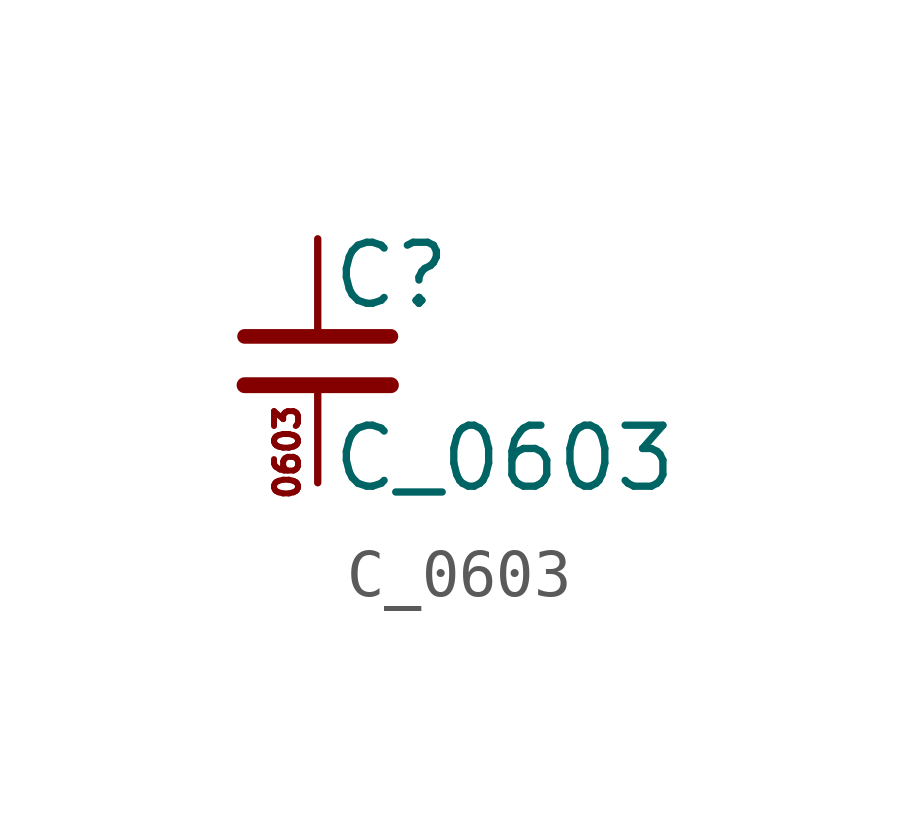
<source format=kicad_sym>
(kicad_symbol_lib
  (version 20220914)
  (generator kicad_symbol_editor)
  (symbol "C_0603"
    (pin_numbers hide)
    (pin_names
      (offset 0.254) hide)
    (property "Reference" "C"
      (at 0.254 1.778 0)
      (effects (font (size 1.27 1.27)) (justify left)))
    (property "Value" "C_0603"
      (at 0.254 -2.032 0)
      (effects (font (size 1.27 1.27)) (justify left)))
    (symbol "C_0603_0_0"
      (text "0603" (at -0.635 -1.905 900) (effects (font (size 0.5 0.5)))))
    (symbol "C_0603_0_1"
      (polyline (pts (xy -1.524 -0.508) (xy 1.524 -0.508)) (stroke (width 0.33) (type default)) (fill (type none)))
      (polyline (pts (xy -1.524 0.508) (xy 1.524 0.508)) (stroke (width 0.305) (type default)) (fill (type none))))
    (symbol "C_0603_1_1"
      (pin passive line (at 0 2.54 270) (length 2.032) (name "1" (effects (font (size 1.27 1.27)))) (number "1" (effects (font (size 1.27 1.27)))))
      (pin passive line (at 0 -2.54 90) (length 2.032) (name "2" (effects (font (size 1.27 1.27)))) (number "2" (effects (font (size 1.27 1.27))))))))
</source>
